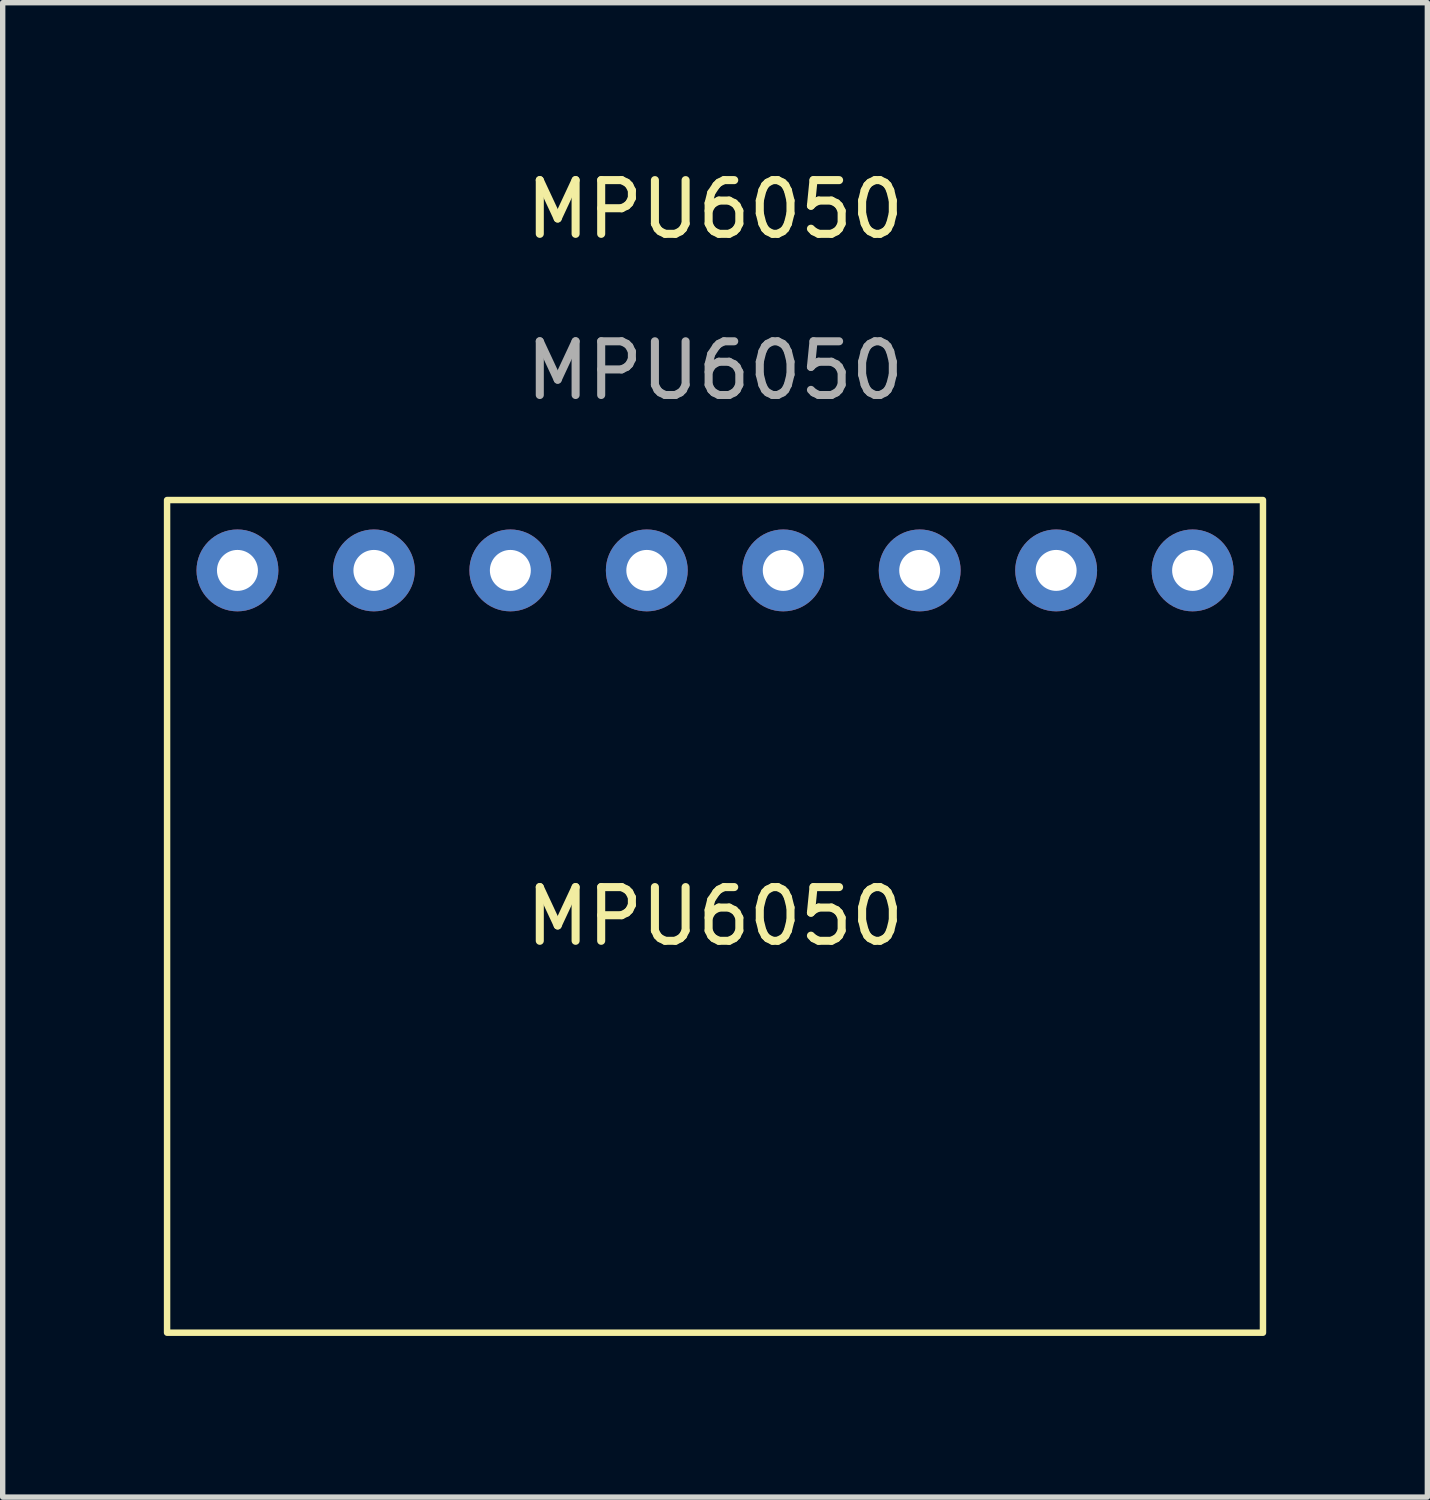
<source format=kicad_pcb>
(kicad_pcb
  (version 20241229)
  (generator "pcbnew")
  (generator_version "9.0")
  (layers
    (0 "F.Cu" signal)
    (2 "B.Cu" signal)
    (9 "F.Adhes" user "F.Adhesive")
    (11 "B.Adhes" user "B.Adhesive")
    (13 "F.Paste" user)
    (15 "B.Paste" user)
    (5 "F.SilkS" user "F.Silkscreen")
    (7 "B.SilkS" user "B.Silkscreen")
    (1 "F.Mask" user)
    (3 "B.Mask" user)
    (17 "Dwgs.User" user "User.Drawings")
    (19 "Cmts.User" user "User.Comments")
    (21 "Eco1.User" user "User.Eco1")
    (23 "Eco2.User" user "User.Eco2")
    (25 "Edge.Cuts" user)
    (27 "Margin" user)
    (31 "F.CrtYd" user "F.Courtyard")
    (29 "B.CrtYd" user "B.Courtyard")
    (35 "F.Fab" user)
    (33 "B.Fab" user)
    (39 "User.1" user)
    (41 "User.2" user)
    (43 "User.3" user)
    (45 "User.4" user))
  (footprint "MPU6050"
    (layer "F.Cu")
    (at 10.26 14.008)
    (property "Reference" "MPU6050" (at 0 -13.16 0) (unlocked yes) (layer "F.SilkS") (effects (font (size 1 1) (thickness 0.15))))
    (attr through_hole)
    (fp_rect (start -10.2 -7.75) (end 10.2 7.75) (stroke (width 0.12) (type solid)) (fill no) (layer "F.SilkS"))
    (fp_text user "MPU6050" (at 0 0 0) (unlocked yes) (layer "F.SilkS") (effects (font (size 1 1) (thickness 0.15))))
    (fp_text user "${REFERENCE}" (at 0 -10.16 0) (unlocked yes) (layer "F.Fab") (effects (font (size 1 1) (thickness 0.15))))
    (pad "1" thru_hole circle (at 8.89 -6.44) (size 1.524 1.524) (drill 0.762) (layers "*.Cu" "*.Mask"))
    (pad "2" thru_hole circle (at 6.35 -6.44) (size 1.524 1.524) (drill 0.762) (layers "*.Cu" "*.Mask"))
    (pad "3" thru_hole circle (at 3.81 -6.44) (size 1.524 1.524) (drill 0.762) (layers "*.Cu" "*.Mask"))
    (pad "4" thru_hole circle (at 1.27 -6.44) (size 1.524 1.524) (drill 0.762) (layers "*.Cu" "*.Mask"))
    (pad "5" thru_hole circle (at -1.27 -6.44) (size 1.524 1.524) (drill 0.762) (layers "*.Cu" "*.Mask"))
    (pad "6" thru_hole circle (at -3.81 -6.44) (size 1.524 1.524) (drill 0.762) (layers "*.Cu" "*.Mask"))
    (pad "7" thru_hole circle (at -6.35 -6.44) (size 1.524 1.524) (drill 0.762) (layers "*.Cu" "*.Mask"))
    (pad "8" thru_hole circle (at -8.89 -6.44) (size 1.524 1.524) (drill 0.762) (layers "*.Cu" "*.Mask")))
  (gr_rect
    (start -3 -3)
    (end 23.52 24.818)
    (stroke (width 0.1) (type default))
    (fill no)
    (layer "Edge.Cuts")))
</source>
